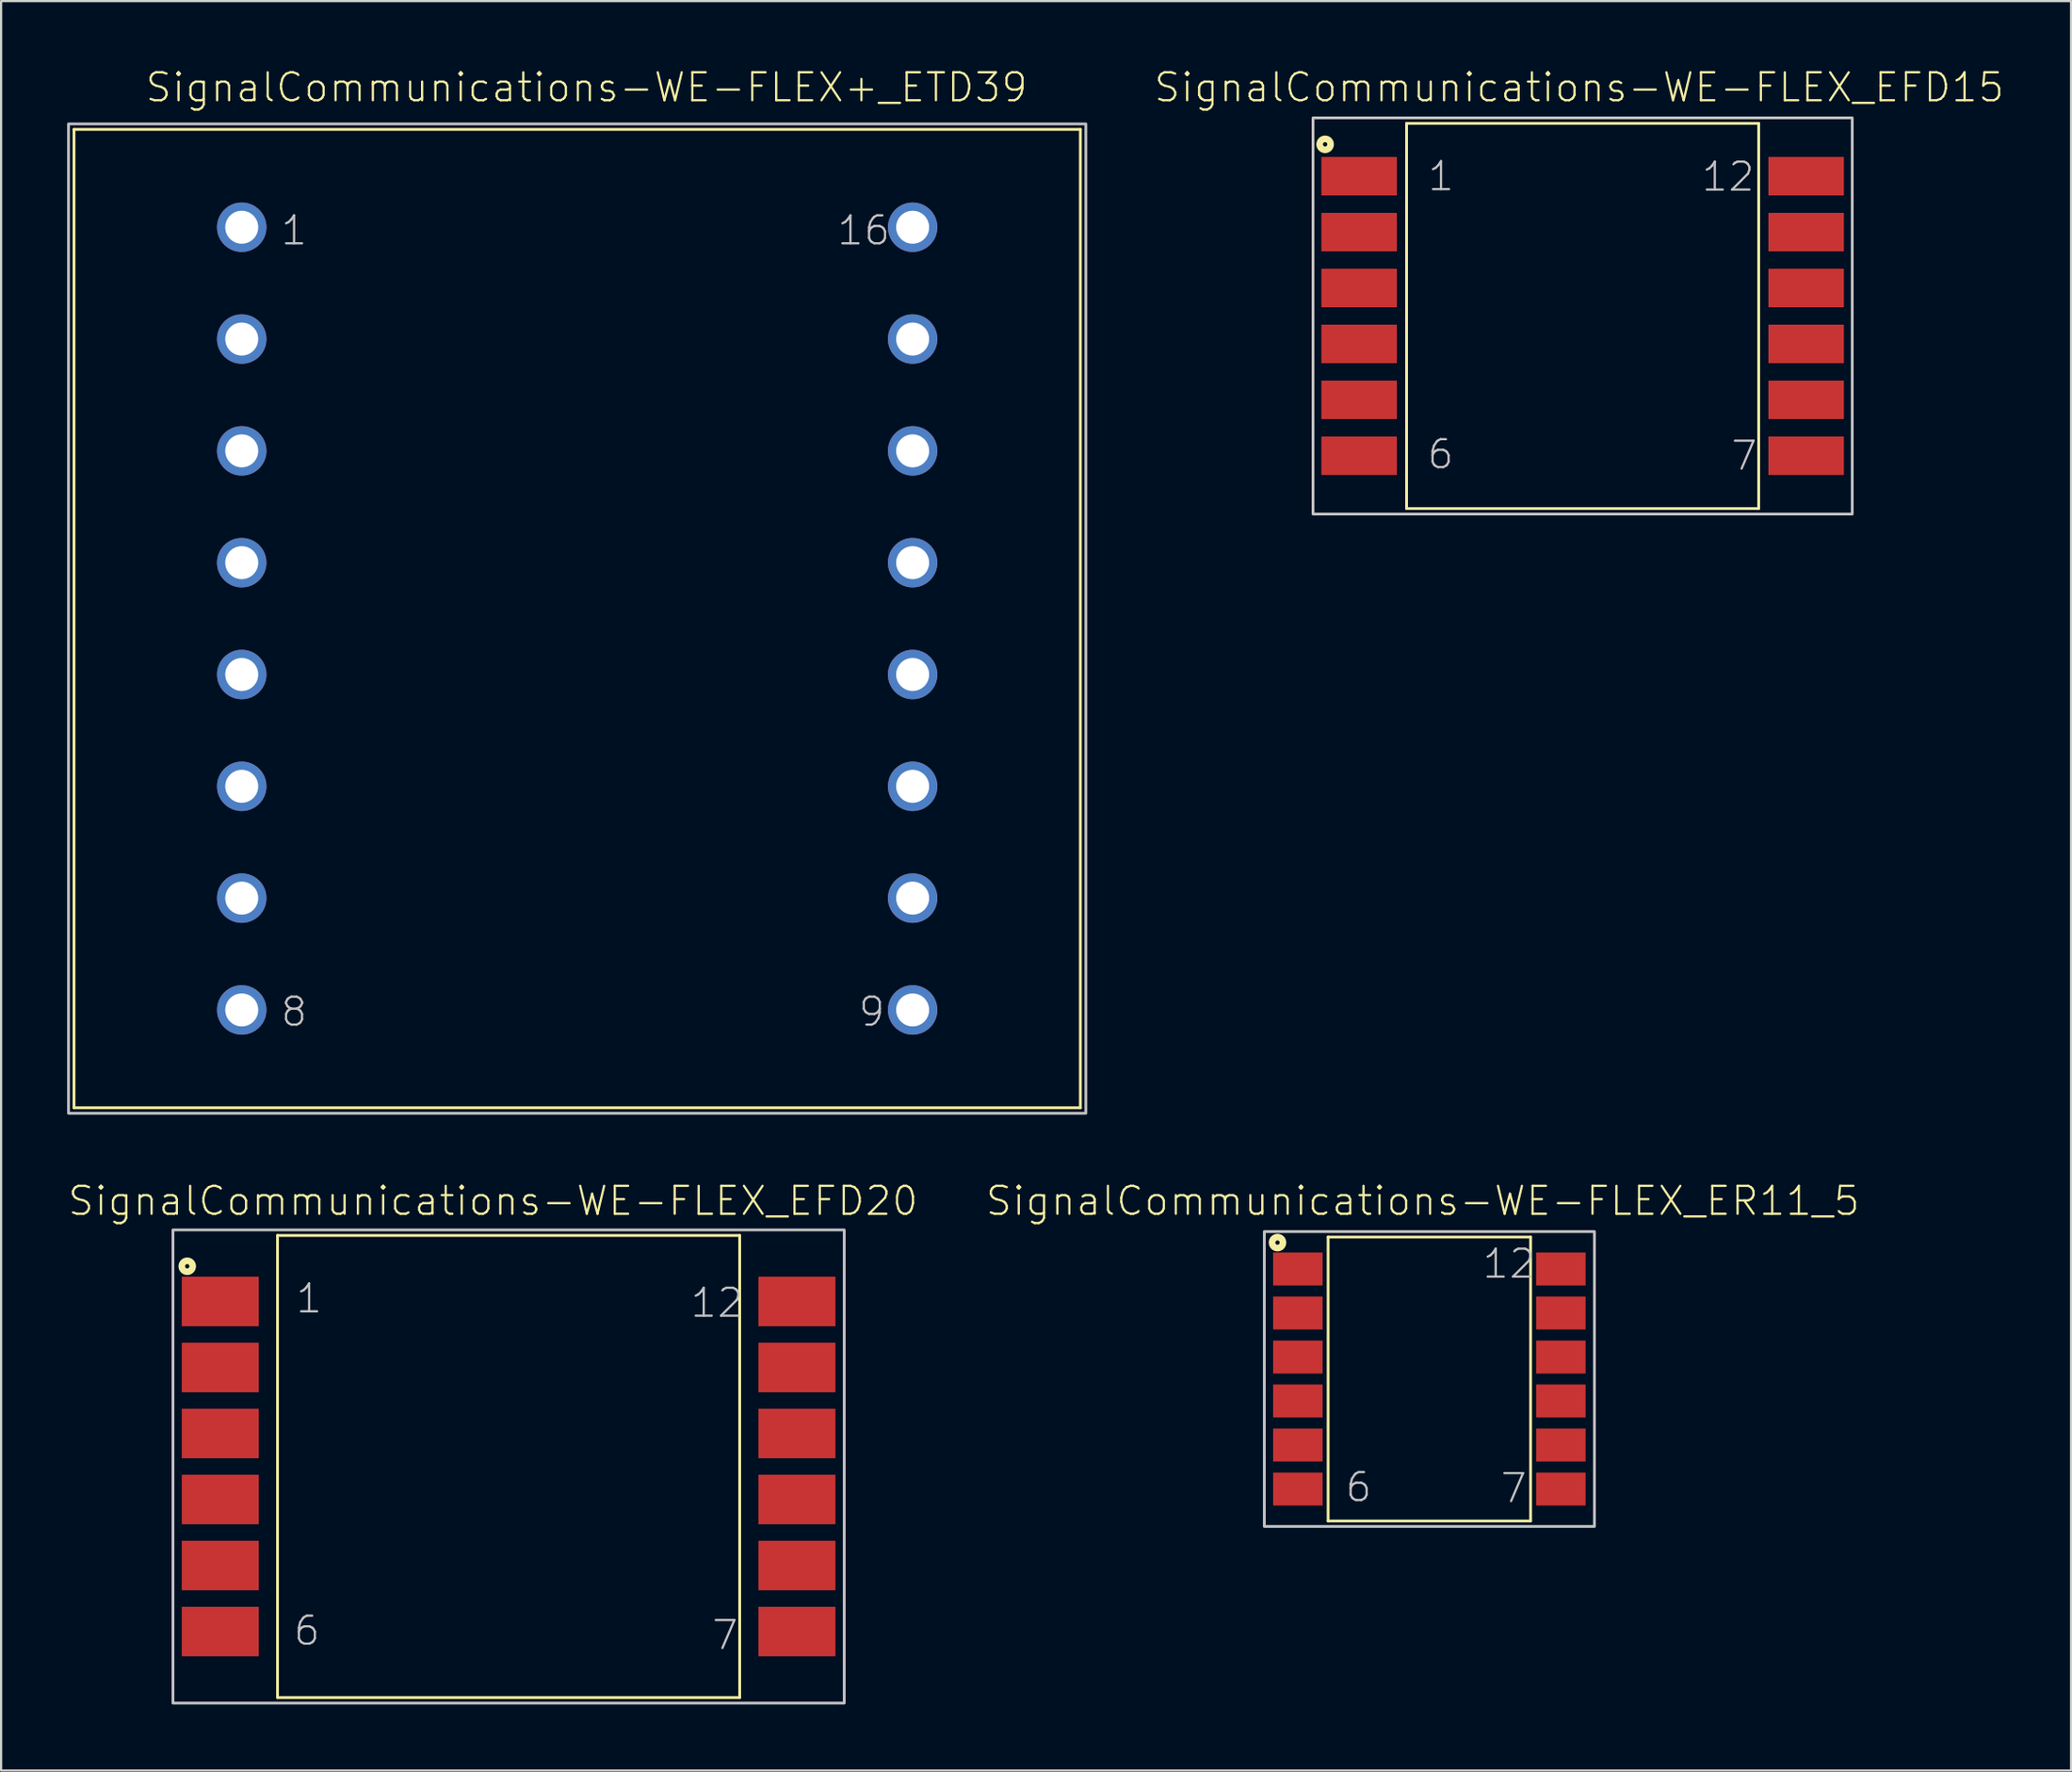
<source format=kicad_pcb>
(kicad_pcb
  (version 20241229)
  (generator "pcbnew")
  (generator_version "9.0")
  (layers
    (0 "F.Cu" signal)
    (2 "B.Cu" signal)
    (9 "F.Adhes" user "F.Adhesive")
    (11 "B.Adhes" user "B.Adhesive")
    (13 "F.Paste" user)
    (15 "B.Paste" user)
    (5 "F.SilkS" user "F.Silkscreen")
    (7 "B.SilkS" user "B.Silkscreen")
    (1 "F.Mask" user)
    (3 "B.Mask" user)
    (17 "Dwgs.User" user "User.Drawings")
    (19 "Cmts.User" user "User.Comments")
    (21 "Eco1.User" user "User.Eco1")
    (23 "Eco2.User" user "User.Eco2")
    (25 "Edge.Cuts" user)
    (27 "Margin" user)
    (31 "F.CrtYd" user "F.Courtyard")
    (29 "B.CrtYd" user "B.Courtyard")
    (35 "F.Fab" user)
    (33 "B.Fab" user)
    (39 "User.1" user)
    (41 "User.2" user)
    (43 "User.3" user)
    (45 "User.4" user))
  (footprint "SignalCommunications-WE-FLEX_ER11_5"
    (layer "F.Cu")
    (at 61.887 59.602)
    (property "Reference" "SignalCommunications-WE-FLEX_ER11_5" (at -0.3 -8.09 0) (layer "F.SilkS") (effects (font (size 1.27 1.27) (thickness 0.102))))
    (attr smd)
    (fp_line (start -4.6 -6.449) (end -4.6 6.449) (stroke (width 0.127) (type solid)) (layer "F.SilkS"))
    (fp_line (start -4.6 6.449) (end 4.6 6.449) (stroke (width 0.127) (type solid)) (layer "F.SilkS"))
    (fp_line (start 4.6 -6.449) (end -4.6 -6.449) (stroke (width 0.127) (type solid)) (layer "F.SilkS"))
    (fp_line (start 4.6 -6.449) (end 4.6 6.449) (stroke (width 0.127) (type solid)) (layer "F.SilkS"))
    (fp_circle (center -6.899 -6.198) (end -6.899 -6.297) (stroke (width 0.3) (type solid)) (fill no) (layer "F.SilkS"))
    (fp_poly (pts (xy 7.498 -6.698) (xy 7.498 6.698) (xy -7.498 6.698) (xy -7.498 -6.698) (xy 7.498 -6.698)) (stroke (width 0.127) (type solid)) (fill no) (layer "Dwgs.User"))
    (fp_text user "12" (at 3.619 -5.235 0) (layer "Dwgs.User") (effects (font (size 1.27 1.27) (thickness 0.102))))
    (fp_text user "7" (at 3.833 4.963 0) (layer "Dwgs.User") (effects (font (size 1.27 1.27) (thickness 0.102))))
    (fp_text user "6" (at -3.213 4.915 0) (layer "Dwgs.User") (effects (font (size 1.27 1.27) (thickness 0.102))))
    (pad "1" smd rect (at -5.974 -4.999 270) (size 1.499 2.248) (layers "F.Cu" "F.Mask" "F.Paste"))
    (pad "2" smd rect (at -5.974 -3 270) (size 1.499 2.248) (layers "F.Cu" "F.Mask" "F.Paste"))
    (pad "3" smd rect (at -5.974 -0.998 270) (size 1.499 2.248) (layers "F.Cu" "F.Mask" "F.Paste"))
    (pad "4" smd rect (at -5.974 0.998 270) (size 1.499 2.248) (layers "F.Cu" "F.Mask" "F.Paste"))
    (pad "5" smd rect (at -5.974 3 270) (size 1.499 2.248) (layers "F.Cu" "F.Mask" "F.Paste"))
    (pad "6" smd rect (at -5.974 4.999 270) (size 1.499 2.248) (layers "F.Cu" "F.Mask" "F.Paste"))
    (pad "7" smd rect (at 5.974 4.999 270) (size 1.499 2.248) (layers "F.Cu" "F.Mask" "F.Paste"))
    (pad "8" smd rect (at 5.974 3 270) (size 1.499 2.248) (layers "F.Cu" "F.Mask" "F.Paste"))
    (pad "9" smd rect (at 5.974 0.998 270) (size 1.499 2.248) (layers "F.Cu" "F.Mask" "F.Paste"))
    (pad "10" smd rect (at 5.974 -0.998 270) (size 1.499 2.248) (layers "F.Cu" "F.Mask" "F.Paste"))
    (pad "11" smd rect (at 5.974 -3 270) (size 1.499 2.248) (layers "F.Cu" "F.Mask" "F.Paste"))
    (pad "12" smd rect (at 5.974 -4.999 270) (size 1.499 2.248) (layers "F.Cu" "F.Mask" "F.Paste")))
  (footprint "SignalCommunications-WE-FLEX+_ETD39"
    (layer "F.Cu")
    (at 23.172 25.054)
    (property "Reference" "SignalCommunications-WE-FLEX+_ETD39" (at 0.424 -24.133 0) (layer "F.SilkS") (effects (font (size 1.27 1.27) (thickness 0.102))))
    (attr exclude_from_pos_files exclude_from_bom)
    (fp_line (start -22.86 -22.225) (end -22.86 22.225) (stroke (width 0.127) (type solid)) (layer "F.SilkS"))
    (fp_line (start -22.86 -22.225) (end 22.86 -22.225) (stroke (width 0.127) (type solid)) (layer "F.SilkS"))
    (fp_line (start -22.86 22.225) (end 22.86 22.225) (stroke (width 0.127) (type solid)) (layer "F.SilkS"))
    (fp_line (start 22.86 -22.225) (end 22.86 22.225) (stroke (width 0.127) (type solid)) (layer "F.SilkS"))
    (fp_poly (pts (xy -23.109 -22.474) (xy 23.109 -22.474) (xy 23.109 22.474) (xy -23.109 22.474) (xy -23.109 -22.474)) (stroke (width 0.127) (type solid)) (fill no) (layer "Dwgs.User"))
    (fp_text user "8" (at -12.863 17.864 0) (layer "Dwgs.User") (effects (font (size 1.27 1.27) (thickness 0.102))))
    (fp_text user "1" (at -12.863 -17.633 0) (layer "Dwgs.User") (effects (font (size 1.27 1.27) (thickness 0.102))))
    (fp_text user "16" (at 13.018 -17.633 0) (layer "Dwgs.User") (effects (font (size 1.27 1.27) (thickness 0.102))))
    (fp_text user "9" (at 13.383 17.864 0) (layer "Dwgs.User") (effects (font (size 1.27 1.27) (thickness 0.102))))
    (pad "1" thru_hole circle (at -15.24 -17.78) (size 2.248 2.248) (drill 1.499) (layers "*.Cu" "*.Paste" "*.Mask"))
    (pad "2" thru_hole circle (at -15.24 -12.7) (size 2.248 2.248) (drill 1.499) (layers "*.Cu" "*.Paste" "*.Mask"))
    (pad "3" thru_hole circle (at -15.24 -7.62) (size 2.248 2.248) (drill 1.499) (layers "*.Cu" "*.Paste" "*.Mask"))
    (pad "4" thru_hole circle (at -15.24 -2.54) (size 2.248 2.248) (drill 1.499) (layers "*.Cu" "*.Paste" "*.Mask"))
    (pad "5" thru_hole circle (at -15.24 2.54) (size 2.248 2.248) (drill 1.499) (layers "*.Cu" "*.Paste" "*.Mask"))
    (pad "6" thru_hole circle (at -15.24 7.62) (size 2.248 2.248) (drill 1.499) (layers "*.Cu" "*.Paste" "*.Mask"))
    (pad "7" thru_hole circle (at -15.24 12.7) (size 2.248 2.248) (drill 1.499) (layers "*.Cu" "*.Paste" "*.Mask"))
    (pad "8" thru_hole circle (at -15.24 17.78) (size 2.248 2.248) (drill 1.499) (layers "*.Cu" "*.Paste" "*.Mask"))
    (pad "9" thru_hole circle (at 15.24 17.78) (size 2.248 2.248) (drill 1.499) (layers "*.Cu" "*.Paste" "*.Mask"))
    (pad "10" thru_hole circle (at 15.24 12.7) (size 2.248 2.248) (drill 1.499) (layers "*.Cu" "*.Paste" "*.Mask"))
    (pad "11" thru_hole circle (at 15.24 7.62) (size 2.248 2.248) (drill 1.499) (layers "*.Cu" "*.Paste" "*.Mask"))
    (pad "12" thru_hole circle (at 15.24 2.54) (size 2.248 2.248) (drill 1.499) (layers "*.Cu" "*.Paste" "*.Mask"))
    (pad "13" thru_hole circle (at 15.24 -2.54) (size 2.248 2.248) (drill 1.499) (layers "*.Cu" "*.Paste" "*.Mask"))
    (pad "14" thru_hole circle (at 15.24 -7.62) (size 2.248 2.248) (drill 1.499) (layers "*.Cu" "*.Paste" "*.Mask"))
    (pad "15" thru_hole circle (at 15.24 -12.7) (size 2.248 2.248) (drill 1.499) (layers "*.Cu" "*.Paste" "*.Mask"))
    (pad "16" thru_hole circle (at 15.24 -17.78) (size 2.248 2.248) (drill 1.499) (layers "*.Cu" "*.Paste" "*.Mask")))
  (footprint "SignalCommunications-WE-FLEX_EFD20"
    (layer "F.Cu")
    (at 20.056 63.577)
    (property "Reference" "SignalCommunications-WE-FLEX_EFD20" (at -0.709 -12.065 0) (layer "F.SilkS") (effects (font (size 1.27 1.27) (thickness 0.102))))
    (attr smd)
    (fp_line (start -10.498 -10.498) (end -10.498 10.498) (stroke (width 0.127) (type solid)) (layer "F.SilkS"))
    (fp_line (start -10.498 10.498) (end 10.498 10.498) (stroke (width 0.127) (type solid)) (layer "F.SilkS"))
    (fp_line (start 10.498 -10.498) (end -10.498 -10.498) (stroke (width 0.127) (type solid)) (layer "F.SilkS"))
    (fp_line (start 10.498 -10.498) (end 10.498 10.498) (stroke (width 0.127) (type solid)) (layer "F.SilkS"))
    (fp_circle (center -14.6 -9.098) (end -14.6 -9.197) (stroke (width 0.3) (type solid)) (fill no) (layer "F.SilkS"))
    (fp_poly (pts (xy -15.248 10.749) (xy -15.248 -10.749) (xy 15.248 -10.749) (xy 15.248 10.749) (xy -15.248 10.749)) (stroke (width 0.127) (type solid)) (fill no) (layer "Dwgs.User"))
    (fp_text user "6" (at -9.164 7.463 0) (layer "Dwgs.User") (effects (font (size 1.27 1.27) (thickness 0.102))))
    (fp_text user "1" (at -9.063 -7.633 0) (layer "Dwgs.User") (effects (font (size 1.27 1.27) (thickness 0.102))))
    (fp_text user "7" (at 9.835 7.663 0) (layer "Dwgs.User") (effects (font (size 1.27 1.27) (thickness 0.102))))
    (fp_text user "12" (at 9.469 -7.435 0) (layer "Dwgs.User") (effects (font (size 1.27 1.27) (thickness 0.102))))
    (pad "1" smd rect (at -13.099 -7.498 270) (size 2.248 3.498) (layers "F.Cu" "F.Mask" "F.Paste"))
    (pad "2" smd rect (at -13.099 -4.498 270) (size 2.248 3.498) (layers "F.Cu" "F.Mask" "F.Paste"))
    (pad "3" smd rect (at -13.099 -1.499 270) (size 2.248 3.498) (layers "F.Cu" "F.Mask" "F.Paste"))
    (pad "4" smd rect (at -13.099 1.499 270) (size 2.248 3.498) (layers "F.Cu" "F.Mask" "F.Paste"))
    (pad "5" smd rect (at -13.099 4.498 270) (size 2.248 3.498) (layers "F.Cu" "F.Mask" "F.Paste"))
    (pad "6" smd rect (at -13.099 7.498 270) (size 2.248 3.498) (layers "F.Cu" "F.Mask" "F.Paste"))
    (pad "7" smd rect (at 13.099 7.498 270) (size 2.248 3.498) (layers "F.Cu" "F.Mask" "F.Paste"))
    (pad "8" smd rect (at 13.099 4.498 270) (size 2.248 3.498) (layers "F.Cu" "F.Mask" "F.Paste"))
    (pad "9" smd rect (at 13.099 1.499 270) (size 2.248 3.498) (layers "F.Cu" "F.Mask" "F.Paste"))
    (pad "10" smd rect (at 13.099 -1.499 270) (size 2.248 3.498) (layers "F.Cu" "F.Mask" "F.Paste"))
    (pad "11" smd rect (at 13.099 -4.498 270) (size 2.248 3.498) (layers "F.Cu" "F.Mask" "F.Paste"))
    (pad "12" smd rect (at 13.099 -7.498 270) (size 2.248 3.498) (layers "F.Cu" "F.Mask" "F.Paste")))
  (footprint "SignalCommunications-WE-FLEX_EFD15"
    (layer "F.Cu")
    (at 68.85 11.305)
    (property "Reference" "SignalCommunications-WE-FLEX_EFD15" (at -0.157 -10.384 0) (layer "F.SilkS") (effects (font (size 1.27 1.27) (thickness 0.102))))
    (attr smd)
    (fp_line (start -7.998 -8.748) (end -7.998 8.748) (stroke (width 0.127) (type solid)) (layer "F.SilkS"))
    (fp_line (start -7.998 8.748) (end 7.998 8.748) (stroke (width 0.127) (type solid)) (layer "F.SilkS"))
    (fp_line (start 7.998 -8.748) (end -7.998 -8.748) (stroke (width 0.127) (type solid)) (layer "F.SilkS"))
    (fp_line (start 7.998 8.748) (end 7.998 -8.748) (stroke (width 0.127) (type solid)) (layer "F.SilkS"))
    (fp_circle (center -11.699 -7.798) (end -11.699 -7.897) (stroke (width 0.3) (type solid)) (fill no) (layer "F.SilkS"))
    (fp_poly (pts (xy -12.248 8.999) (xy -12.248 -8.999) (xy 12.248 -8.999) (xy 12.248 8.999) (xy -12.248 8.999)) (stroke (width 0.127) (type solid)) (fill no) (layer "Dwgs.User"))
    (fp_text user "7" (at 7.343 6.353 0) (layer "Dwgs.User") (effects (font (size 1.27 1.27) (thickness 0.102))))
    (fp_text user "6" (at -6.454 6.284 0) (layer "Dwgs.User") (effects (font (size 1.27 1.27) (thickness 0.102))))
    (fp_text user "1" (at -6.434 -6.345 0) (layer "Dwgs.User") (effects (font (size 1.27 1.27) (thickness 0.102))))
    (fp_text user "12" (at 6.609 -6.325 0) (layer "Dwgs.User") (effects (font (size 1.27 1.27) (thickness 0.102))))
    (pad "1" smd rect (at -10.155 -6.35 270) (size 1.748 3.429) (layers "F.Cu" "F.Mask" "F.Paste"))
    (pad "2" smd rect (at -10.155 -3.81 270) (size 1.748 3.429) (layers "F.Cu" "F.Mask" "F.Paste"))
    (pad "3" smd rect (at -10.155 -1.27 270) (size 1.748 3.429) (layers "F.Cu" "F.Mask" "F.Paste"))
    (pad "4" smd rect (at -10.155 1.27 270) (size 1.748 3.429) (layers "F.Cu" "F.Mask" "F.Paste"))
    (pad "5" smd rect (at -10.155 3.81 270) (size 1.748 3.429) (layers "F.Cu" "F.Mask" "F.Paste"))
    (pad "6" smd rect (at -10.155 6.35 270) (size 1.748 3.429) (layers "F.Cu" "F.Mask" "F.Paste"))
    (pad "7" smd rect (at 10.155 6.35 270) (size 1.748 3.429) (layers "F.Cu" "F.Mask" "F.Paste"))
    (pad "8" smd rect (at 10.155 3.81 270) (size 1.748 3.429) (layers "F.Cu" "F.Mask" "F.Paste"))
    (pad "9" smd rect (at 10.155 1.27 270) (size 1.748 3.429) (layers "F.Cu" "F.Mask" "F.Paste"))
    (pad "10" smd rect (at 10.155 -1.27 270) (size 1.748 3.429) (layers "F.Cu" "F.Mask" "F.Paste"))
    (pad "11" smd rect (at 10.155 -3.81 270) (size 1.748 3.429) (layers "F.Cu" "F.Mask" "F.Paste"))
    (pad "12" smd rect (at 10.155 -6.35 270) (size 1.748 3.429) (layers "F.Cu" "F.Mask" "F.Paste")))
  (gr_rect
    (start -3 -3)
    (end 91.04 77.39)
    (stroke (width 0.1) (type default))
    (fill no)
    (layer "Edge.Cuts")))
</source>
